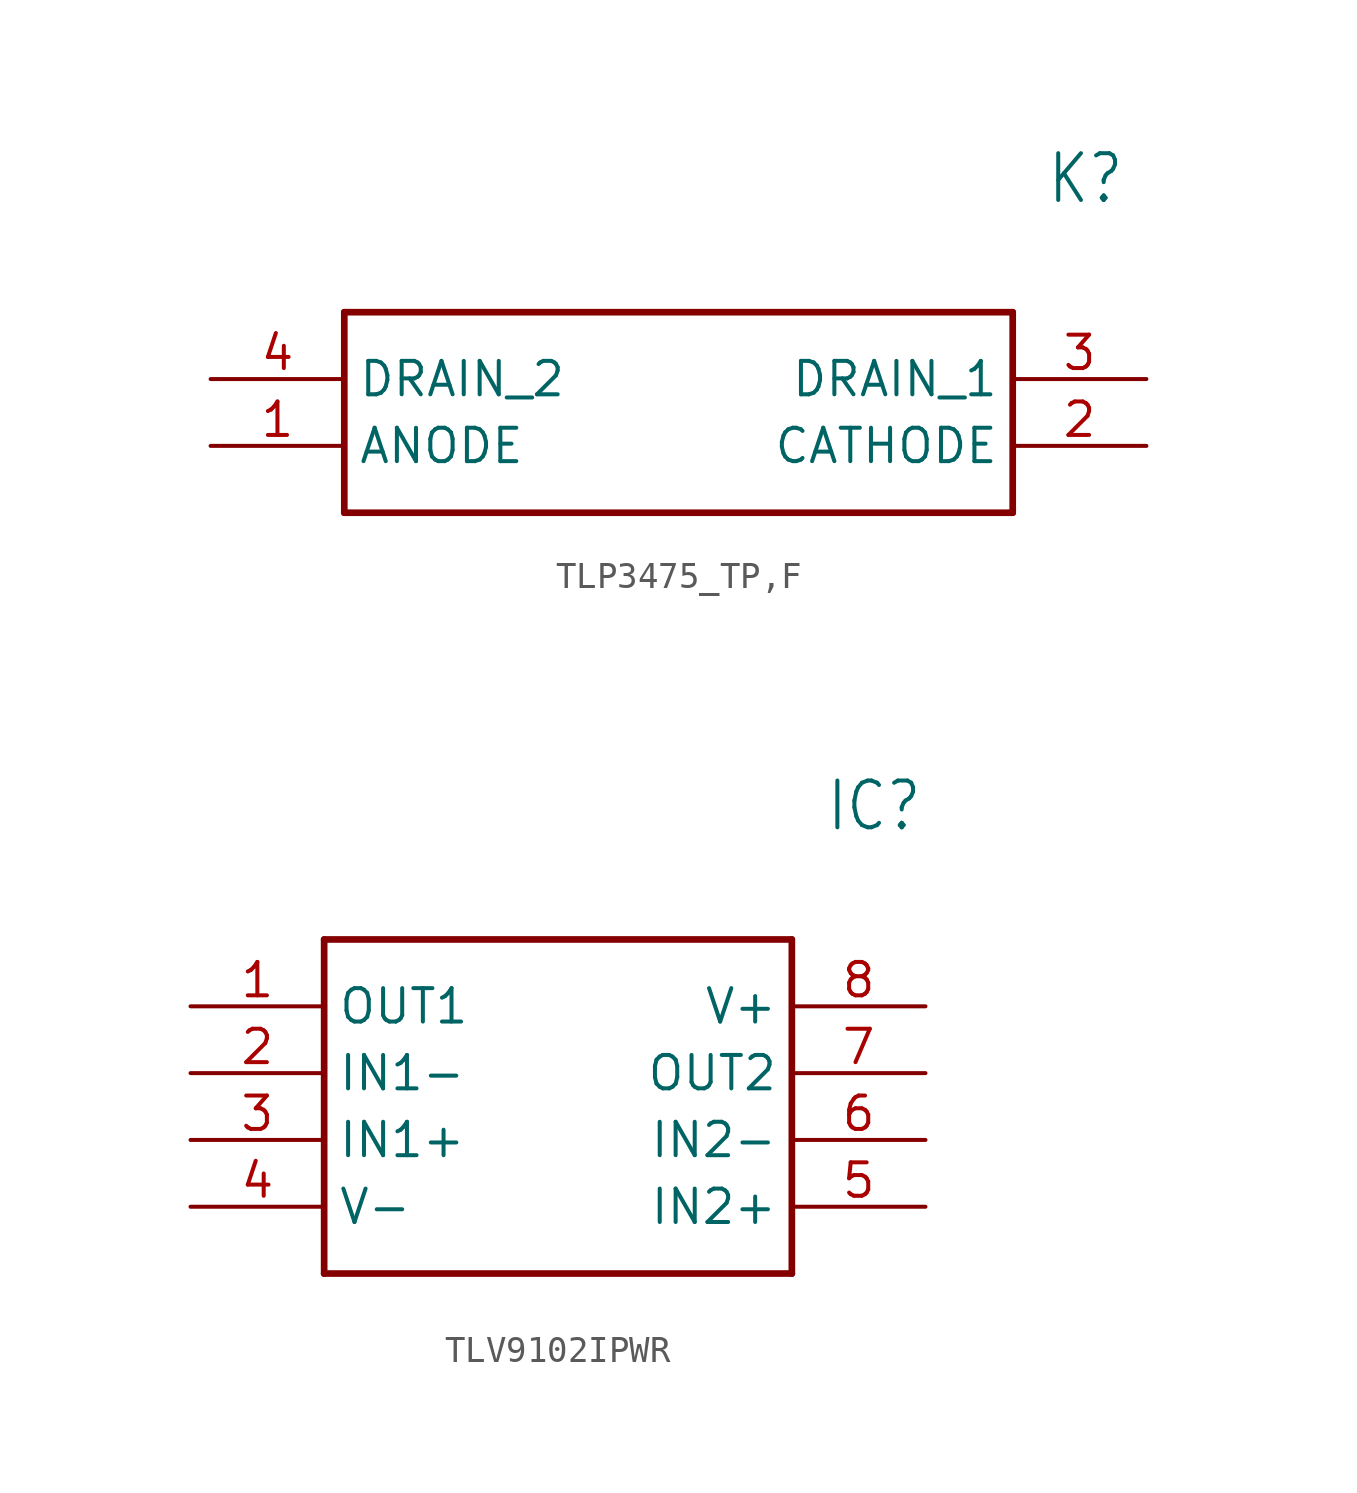
<source format=kicad_sym>
(kicad_symbol_lib
  (version 20231120)
  (generator "kicad_symbol_editor")
  (generator_version "8.0")
  (symbol "TLP3475_TP,F"
    (property "Reference" "K"
      (at 31.75 7.62 0)
      (effects (font (size 1.778 1.511)) (justify left)))
    (property "Value" ""
      (at 31.75 5.08 0)
      (effects (font (size 1.778 1.511)) (justify left)))
    (property "ki_locked" ""
      (at 0 0 0)
      (effects (font (size 1.27 1.27))))
    (symbol "TLP3475_TP,F_1_0"
      (polyline (pts (xy 5.08 2.54) (xy 5.08 -5.08)) (stroke (width 0.254) (type solid)) (fill (type none)))
      (polyline (pts (xy 5.08 2.54) (xy 30.48 2.54)) (stroke (width 0.254) (type solid)) (fill (type none)))
      (polyline (pts (xy 30.48 -5.08) (xy 5.08 -5.08)) (stroke (width 0.254) (type solid)) (fill (type none)))
      (polyline (pts (xy 30.48 -5.08) (xy 30.48 2.54)) (stroke (width 0.254) (type solid)) (fill (type none)))
      (pin bidirectional line (at 0 -2.54 0) (length 5.08) (name "ANODE" (effects (font (size 1.27 1.27)))) (number "1" (effects (font (size 1.27 1.27)))))
      (pin bidirectional line (at 35.56 -2.54 180) (length 5.08) (name "CATHODE" (effects (font (size 1.27 1.27)))) (number "2" (effects (font (size 1.27 1.27)))))
      (pin bidirectional line (at 35.56 0 180) (length 5.08) (name "DRAIN_1" (effects (font (size 1.27 1.27)))) (number "3" (effects (font (size 1.27 1.27)))))
      (pin bidirectional line (at 0 0 0) (length 5.08) (name "DRAIN_2" (effects (font (size 1.27 1.27)))) (number "4" (effects (font (size 1.27 1.27)))))))
  (symbol "TLV9102IPWR"
    (property "Reference" "IC"
      (at 24.13 7.62 0)
      (effects (font (size 1.778 1.511)) (justify left)))
    (property "Value" ""
      (at 24.13 5.08 0)
      (effects (font (size 1.778 1.511)) (justify left)))
    (property "ki_locked" ""
      (at 0 0 0)
      (effects (font (size 1.27 1.27))))
    (symbol "TLV9102IPWR_1_0"
      (polyline (pts (xy 5.08 2.54) (xy 5.08 -10.16)) (stroke (width 0.254) (type solid)) (fill (type none)))
      (polyline (pts (xy 5.08 2.54) (xy 22.86 2.54)) (stroke (width 0.254) (type solid)) (fill (type none)))
      (polyline (pts (xy 22.86 -10.16) (xy 5.08 -10.16)) (stroke (width 0.254) (type solid)) (fill (type none)))
      (polyline (pts (xy 22.86 -10.16) (xy 22.86 2.54)) (stroke (width 0.254) (type solid)) (fill (type none)))
      (pin bidirectional line (at 0 0 0) (length 5.08) (name "OUT1" (effects (font (size 1.27 1.27)))) (number "1" (effects (font (size 1.27 1.27)))))
      (pin bidirectional line (at 0 -2.54 0) (length 5.08) (name "IN1-" (effects (font (size 1.27 1.27)))) (number "2" (effects (font (size 1.27 1.27)))))
      (pin bidirectional line (at 0 -5.08 0) (length 5.08) (name "IN1+" (effects (font (size 1.27 1.27)))) (number "3" (effects (font (size 1.27 1.27)))))
      (pin bidirectional line (at 0 -7.62 0) (length 5.08) (name "V-" (effects (font (size 1.27 1.27)))) (number "4" (effects (font (size 1.27 1.27)))))
      (pin bidirectional line (at 27.94 -7.62 180) (length 5.08) (name "IN2+" (effects (font (size 1.27 1.27)))) (number "5" (effects (font (size 1.27 1.27)))))
      (pin bidirectional line (at 27.94 -5.08 180) (length 5.08) (name "IN2-" (effects (font (size 1.27 1.27)))) (number "6" (effects (font (size 1.27 1.27)))))
      (pin bidirectional line (at 27.94 -2.54 180) (length 5.08) (name "OUT2" (effects (font (size 1.27 1.27)))) (number "7" (effects (font (size 1.27 1.27)))))
      (pin bidirectional line (at 27.94 0 180) (length 5.08) (name "V+" (effects (font (size 1.27 1.27)))) (number "8" (effects (font (size 1.27 1.27))))))))
</source>
